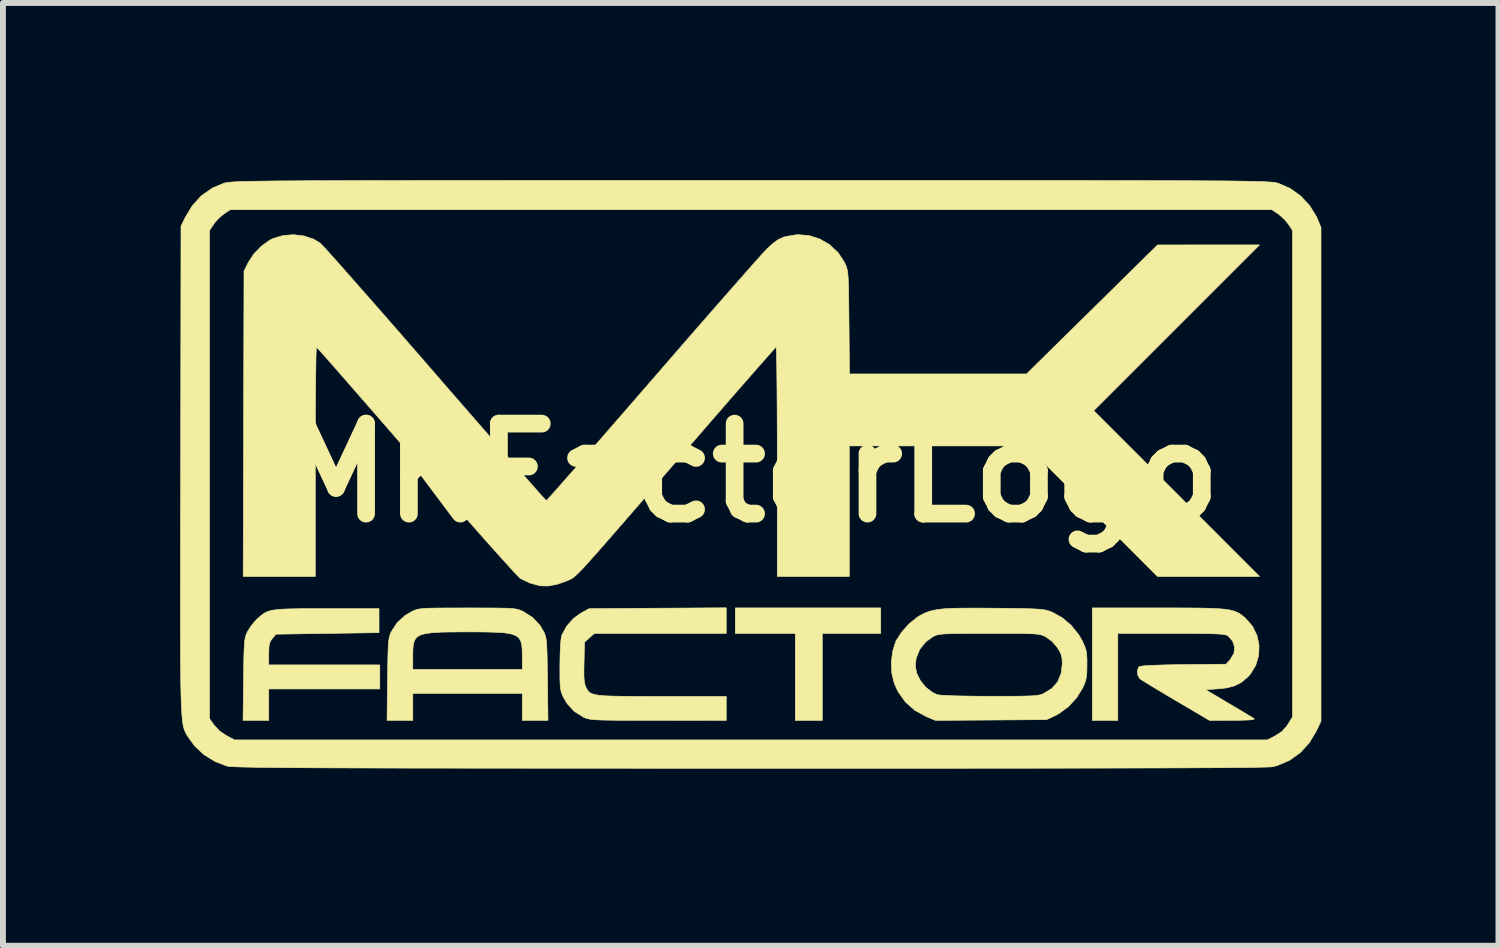
<source format=kicad_pcb>
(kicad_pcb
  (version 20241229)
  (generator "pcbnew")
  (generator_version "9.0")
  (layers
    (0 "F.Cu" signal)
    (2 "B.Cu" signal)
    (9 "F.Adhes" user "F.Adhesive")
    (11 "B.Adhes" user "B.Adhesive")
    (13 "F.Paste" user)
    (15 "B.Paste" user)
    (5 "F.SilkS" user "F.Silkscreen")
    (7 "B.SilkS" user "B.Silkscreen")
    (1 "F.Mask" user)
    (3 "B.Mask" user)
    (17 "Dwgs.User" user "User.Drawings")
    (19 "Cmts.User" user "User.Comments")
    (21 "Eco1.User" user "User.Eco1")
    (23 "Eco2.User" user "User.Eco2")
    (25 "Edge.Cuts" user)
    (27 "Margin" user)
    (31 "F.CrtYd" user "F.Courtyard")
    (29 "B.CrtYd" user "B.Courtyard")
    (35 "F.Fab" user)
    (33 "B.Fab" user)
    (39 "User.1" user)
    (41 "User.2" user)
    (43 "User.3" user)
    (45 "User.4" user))
  (footprint "MKFactorLogo"
    (layer "F.Cu")
    (at 9.68 4.958)
    (property "Reference" "MKFactorLogo" (at 0 0 0) (layer "F.SilkS") (effects (font (size 1.524 1.524) (thickness 0.3))))
    (attr through_hole)
    (fp_poly (pts (xy 2.184 2.718) (xy 1.194 2.718) (xy 1.194 4.191) (xy 0.737 4.191) (xy 0.737 2.718) (xy -0.279 2.718) (xy -0.279 2.286) (xy 2.184 2.286) (xy 2.184 2.718)) (stroke (width 0.01) (type solid)) (fill yes) (layer "F.SilkS"))
    (fp_poly (pts (xy -6.312 2.705) (xy -7.184 2.718) (xy -8.056 2.731) (xy -8.118 2.802) (xy -8.15 2.847) (xy -8.169 2.897) (xy -8.177 2.969) (xy -8.179 3.062) (xy -8.179 3.251) (xy -6.299 3.251) (xy -6.299 3.658) (xy -8.179 3.658) (xy -8.179 4.191) (xy -8.614 4.191) (xy -8.606 3.499) (xy -8.603 3.293) (xy -8.601 3.13) (xy -8.597 3.006) (xy -8.592 2.912) (xy -8.586 2.842) (xy -8.577 2.79) (xy -8.566 2.749) (xy -8.55 2.712) (xy -8.538 2.687) (xy -8.481 2.595) (xy -8.407 2.505) (xy -8.377 2.475) (xy -8.327 2.43) (xy -8.282 2.394) (xy -8.236 2.365) (xy -8.183 2.342) (xy -8.119 2.326) (xy -8.037 2.314) (xy -7.931 2.306) (xy -7.797 2.302) (xy -7.628 2.299) (xy -7.418 2.299) (xy -7.201 2.299) (xy -6.312 2.299) (xy -6.312 2.705)) (stroke (width 0.01) (type solid)) (fill yes) (layer "F.SilkS"))
    (fp_poly (pts (xy -0.432 2.718) (xy -2.666 2.718) (xy -2.749 2.792) (xy -2.832 2.866) (xy -2.84 3.208) (xy -2.843 3.358) (xy -2.841 3.465) (xy -2.834 3.542) (xy -2.822 3.596) (xy -2.808 3.629) (xy -2.789 3.665) (xy -2.769 3.695) (xy -2.743 3.72) (xy -2.706 3.739) (xy -2.655 3.754) (xy -2.585 3.766) (xy -2.491 3.774) (xy -2.368 3.779) (xy -2.213 3.782) (xy -2.02 3.784) (xy -1.785 3.785) (xy -1.525 3.785) (xy -0.432 3.785) (xy -0.432 4.191) (xy -1.581 4.19) (xy -1.853 4.19) (xy -2.08 4.19) (xy -2.265 4.189) (xy -2.414 4.187) (xy -2.531 4.185) (xy -2.621 4.181) (xy -2.69 4.176) (xy -2.741 4.17) (xy -2.781 4.162) (xy -2.812 4.152) (xy -2.841 4.14) (xy -2.845 4.138) (xy -3.004 4.039) (xy -3.129 3.903) (xy -3.191 3.797) (xy -3.213 3.747) (xy -3.229 3.698) (xy -3.24 3.641) (xy -3.246 3.567) (xy -3.249 3.466) (xy -3.249 3.328) (xy -3.249 3.251) (xy -3.246 3.08) (xy -3.24 2.936) (xy -3.231 2.827) (xy -3.22 2.759) (xy -3.218 2.751) (xy -3.136 2.598) (xy -3.018 2.464) (xy -2.894 2.375) (xy -2.756 2.299) (xy -1.594 2.291) (xy -0.432 2.284) (xy -0.432 2.718)) (stroke (width 0.01) (type solid)) (fill yes) (layer "F.SilkS"))
    (fp_poly (pts (xy 7.167 2.286) (xy 7.41 2.287) (xy 7.611 2.289) (xy 7.776 2.293) (xy 7.91 2.3) (xy 8.016 2.309) (xy 8.101 2.322) (xy 8.168 2.34) (xy 8.223 2.362) (xy 8.27 2.389) (xy 8.314 2.422) (xy 8.361 2.462) (xy 8.362 2.463) (xy 8.479 2.597) (xy 8.555 2.753) (xy 8.59 2.92) (xy 8.583 3.091) (xy 8.535 3.255) (xy 8.444 3.405) (xy 8.403 3.451) (xy 8.294 3.544) (xy 8.175 3.606) (xy 8.031 3.642) (xy 7.899 3.656) (xy 7.684 3.67) (xy 8.077 3.904) (xy 8.206 3.98) (xy 8.322 4.049) (xy 8.416 4.106) (xy 8.482 4.146) (xy 8.509 4.163) (xy 8.505 4.173) (xy 8.457 4.181) (xy 8.362 4.186) (xy 8.219 4.189) (xy 8.149 4.19) (xy 7.751 4.191) (xy 7.184 3.857) (xy 7.028 3.765) (xy 6.886 3.68) (xy 6.762 3.605) (xy 6.664 3.545) (xy 6.598 3.503) (xy 6.572 3.485) (xy 6.538 3.429) (xy 6.529 3.359) (xy 6.547 3.297) (xy 6.561 3.281) (xy 6.598 3.272) (xy 6.684 3.263) (xy 6.817 3.257) (xy 6.997 3.251) (xy 7.22 3.247) (xy 7.312 3.246) (xy 8.031 3.239) (xy 8.105 3.156) (xy 8.165 3.055) (xy 8.177 2.95) (xy 8.142 2.847) (xy 8.068 2.763) (xy 8.05 2.751) (xy 8.023 2.742) (xy 7.984 2.734) (xy 7.926 2.729) (xy 7.845 2.725) (xy 7.735 2.722) (xy 7.591 2.72) (xy 7.408 2.719) (xy 7.181 2.718) (xy 7.106 2.718) (xy 6.198 2.718) (xy 6.198 4.191) (xy 5.766 4.191) (xy 5.766 2.286) (xy 6.879 2.286) (xy 7.167 2.286)) (stroke (width 0.01) (type solid)) (fill yes) (layer "F.SilkS"))
    (fp_poly (pts (xy -4.588 2.287) (xy -4.408 2.287) (xy -4.267 2.289) (xy -4.159 2.291) (xy -4.077 2.295) (xy -4.016 2.301) (xy -3.969 2.31) (xy -3.931 2.321) (xy -3.896 2.335) (xy -3.873 2.346) (xy -3.712 2.448) (xy -3.585 2.584) (xy -3.521 2.692) (xy -3.505 2.73) (xy -3.492 2.769) (xy -3.482 2.818) (xy -3.475 2.882) (xy -3.47 2.968) (xy -3.466 3.084) (xy -3.463 3.234) (xy -3.46 3.427) (xy -3.459 3.499) (xy -3.451 4.191) (xy -3.886 4.191) (xy -3.886 3.734) (xy -5.74 3.734) (xy -5.74 4.191) (xy -6.176 4.191) (xy -6.168 3.499) (xy -6.165 3.291) (xy -6.162 3.128) (xy -6.161 3.104) (xy -5.74 3.104) (xy -5.74 3.327) (xy -3.886 3.327) (xy -3.886 3.104) (xy -3.888 2.997) (xy -3.895 2.91) (xy -3.914 2.842) (xy -3.948 2.789) (xy -4.003 2.751) (xy -4.083 2.724) (xy -4.194 2.707) (xy -4.34 2.698) (xy -4.527 2.693) (xy -4.758 2.692) (xy -4.813 2.692) (xy -5.055 2.693) (xy -5.25 2.696) (xy -5.404 2.705) (xy -5.522 2.72) (xy -5.609 2.744) (xy -5.669 2.78) (xy -5.707 2.829) (xy -5.729 2.894) (xy -5.738 2.977) (xy -5.74 3.08) (xy -5.74 3.104) (xy -6.161 3.104) (xy -6.158 3.002) (xy -6.154 2.907) (xy -6.147 2.836) (xy -6.138 2.784) (xy -6.126 2.742) (xy -6.111 2.705) (xy -6.106 2.692) (xy -6.004 2.536) (xy -5.865 2.41) (xy -5.753 2.346) (xy -5.717 2.329) (xy -5.681 2.316) (xy -5.641 2.306) (xy -5.59 2.299) (xy -5.521 2.293) (xy -5.43 2.29) (xy -5.309 2.288) (xy -5.154 2.287) (xy -4.957 2.287) (xy -4.813 2.286) (xy -4.588 2.287)) (stroke (width 0.01) (type solid)) (fill yes) (layer "F.SilkS"))
    (fp_poly (pts (xy 4.013 2.29) (xy 4.115 2.291) (xy 4.342 2.293) (xy 4.525 2.296) (xy 4.67 2.299) (xy 4.782 2.303) (xy 4.867 2.308) (xy 4.932 2.315) (xy 4.984 2.324) (xy 5.027 2.336) (xy 5.068 2.351) (xy 5.086 2.358) (xy 5.254 2.45) (xy 5.408 2.581) (xy 5.536 2.739) (xy 5.594 2.84) (xy 5.633 2.925) (xy 5.658 2.995) (xy 5.671 3.067) (xy 5.676 3.159) (xy 5.676 3.251) (xy 5.674 3.372) (xy 5.666 3.46) (xy 5.649 3.532) (xy 5.62 3.606) (xy 5.602 3.644) (xy 5.498 3.81) (xy 5.36 3.959) (xy 5.202 4.075) (xy 5.137 4.11) (xy 4.991 4.178) (xy 3.111 4.191) (xy 2.961 4.129) (xy 2.763 4.021) (xy 2.601 3.878) (xy 2.475 3.7) (xy 2.413 3.563) (xy 2.372 3.396) (xy 2.365 3.264) (xy 2.769 3.264) (xy 2.792 3.391) (xy 2.855 3.517) (xy 2.948 3.631) (xy 3.061 3.718) (xy 3.137 3.754) (xy 3.185 3.762) (xy 3.28 3.768) (xy 3.418 3.774) (xy 3.593 3.778) (xy 3.803 3.781) (xy 4.026 3.782) (xy 4.254 3.782) (xy 4.436 3.782) (xy 4.58 3.78) (xy 4.69 3.777) (xy 4.773 3.773) (xy 4.834 3.767) (xy 4.88 3.758) (xy 4.916 3.747) (xy 4.94 3.737) (xy 5.083 3.649) (xy 5.182 3.534) (xy 5.24 3.39) (xy 5.258 3.229) (xy 5.253 3.131) (xy 5.232 3.056) (xy 5.188 2.977) (xy 5.175 2.957) (xy 5.086 2.853) (xy 4.982 2.777) (xy 4.981 2.776) (xy 4.949 2.761) (xy 4.918 2.748) (xy 4.881 2.738) (xy 4.833 2.73) (xy 4.768 2.725) (xy 4.68 2.722) (xy 4.563 2.719) (xy 4.412 2.718) (xy 4.221 2.718) (xy 4.021 2.718) (xy 3.789 2.718) (xy 3.603 2.719) (xy 3.456 2.72) (xy 3.342 2.723) (xy 3.257 2.727) (xy 3.194 2.733) (xy 3.148 2.741) (xy 3.113 2.751) (xy 3.083 2.764) (xy 3.076 2.767) (xy 2.944 2.862) (xy 2.844 2.988) (xy 2.784 3.136) (xy 2.769 3.264) (xy 2.365 3.264) (xy 2.363 3.211) (xy 2.385 3.026) (xy 2.436 2.861) (xy 2.445 2.842) (xy 2.54 2.693) (xy 2.668 2.552) (xy 2.812 2.437) (xy 2.865 2.406) (xy 2.93 2.374) (xy 2.996 2.348) (xy 3.071 2.327) (xy 3.16 2.312) (xy 3.268 2.3) (xy 3.401 2.293) (xy 3.566 2.29) (xy 3.768 2.289) (xy 4.013 2.29)) (stroke (width 0.01) (type solid)) (fill yes) (layer "F.SilkS"))
    (fp_poly (pts (xy 0.78 -4.953) (xy 1.523 -4.953) (xy 2.219 -4.953) (xy 2.868 -4.953) (xy 3.474 -4.953) (xy 4.036 -4.953) (xy 4.558 -4.952) (xy 5.04 -4.952) (xy 5.484 -4.952) (xy 5.891 -4.951) (xy 6.264 -4.951) (xy 6.604 -4.95) (xy 6.912 -4.949) (xy 7.191 -4.949) (xy 7.441 -4.948) (xy 7.664 -4.946) (xy 7.862 -4.945) (xy 8.037 -4.944) (xy 8.19 -4.942) (xy 8.323 -4.94) (xy 8.437 -4.938) (xy 8.535 -4.936) (xy 8.616 -4.934) (xy 8.684 -4.931) (xy 8.74 -4.928) (xy 8.785 -4.925) (xy 8.821 -4.922) (xy 8.85 -4.919) (xy 8.873 -4.915) (xy 8.892 -4.911) (xy 8.908 -4.906) (xy 8.922 -4.902) (xy 9.117 -4.817) (xy 9.295 -4.689) (xy 9.445 -4.529) (xy 9.559 -4.345) (xy 9.583 -4.293) (xy 9.639 -4.153) (xy 9.639 4.204) (xy 9.558 4.374) (xy 9.439 4.572) (xy 9.286 4.738) (xy 9.105 4.867) (xy 8.902 4.954) (xy 8.819 4.976) (xy 8.789 4.978) (xy 8.727 4.981) (xy 8.632 4.983) (xy 8.503 4.986) (xy 8.338 4.988) (xy 8.138 4.99) (xy 7.9 4.992) (xy 7.625 4.993) (xy 7.311 4.995) (xy 6.957 4.996) (xy 6.563 4.997) (xy 6.127 4.998) (xy 5.649 4.999) (xy 5.128 5) (xy 4.562 5.001) (xy 3.951 5.001) (xy 3.294 5.002) (xy 2.591 5.002) (xy 1.839 5.002) (xy 1.039 5.002) (xy 0.189 5.002) (xy -0.033 5.002) (xy -0.837 5.002) (xy -1.591 5.002) (xy -2.298 5.001) (xy -2.958 5.001) (xy -3.574 5.001) (xy -4.147 5) (xy -4.678 5) (xy -5.168 4.999) (xy -5.621 4.999) (xy -6.036 4.998) (xy -6.415 4.997) (xy -6.76 4.996) (xy -7.073 4.995) (xy -7.355 4.994) (xy -7.607 4.992) (xy -7.831 4.991) (xy -8.029 4.989) (xy -8.202 4.987) (xy -8.351 4.986) (xy -8.479 4.983) (xy -8.586 4.981) (xy -8.674 4.979) (xy -8.745 4.976) (xy -8.8 4.974) (xy -8.84 4.971) (xy -8.868 4.967) (xy -8.884 4.965) (xy -9.088 4.887) (xy -9.274 4.772) (xy -9.43 4.628) (xy -9.534 4.486) (xy -9.553 4.456) (xy -9.57 4.429) (xy -9.585 4.402) (xy -9.598 4.374) (xy -9.611 4.343) (xy -9.622 4.304) (xy -9.631 4.258) (xy -9.64 4.2) (xy -9.647 4.129) (xy -9.653 4.042) (xy -9.659 3.936) (xy -9.663 3.811) (xy -9.667 3.662) (xy -9.67 3.489) (xy -9.672 3.287) (xy -9.673 3.056) (xy -9.674 2.792) (xy -9.675 2.494) (xy -9.675 2.159) (xy -9.674 1.784) (xy -9.674 1.367) (xy -9.673 0.906) (xy -9.672 0.399) (xy -9.671 -0.04) (xy -9.665 -4.106) (xy -9.182 -4.106) (xy -9.182 4.161) (xy -9.105 4.27) (xy -9.01 4.372) (xy -8.893 4.45) (xy -8.757 4.521) (xy 8.732 4.521) (xy 8.868 4.45) (xy 8.981 4.376) (xy 9.064 4.28) (xy 9.08 4.255) (xy 9.157 4.131) (xy 9.157 -4.106) (xy 9.087 -4.212) (xy 9.019 -4.294) (xy 8.936 -4.369) (xy 8.911 -4.388) (xy 8.805 -4.458) (xy -8.83 -4.458) (xy -8.936 -4.388) (xy -9.018 -4.32) (xy -9.094 -4.237) (xy -9.112 -4.212) (xy -9.182 -4.106) (xy -9.665 -4.106) (xy -9.665 -4.178) (xy -9.598 -4.318) (xy -9.473 -4.526) (xy -9.318 -4.695) (xy -9.135 -4.823) (xy -8.949 -4.902) (xy -8.933 -4.906) (xy -8.917 -4.911) (xy -8.898 -4.915) (xy -8.875 -4.919) (xy -8.846 -4.922) (xy -8.81 -4.925) (xy -8.765 -4.928) (xy -8.709 -4.931) (xy -8.642 -4.934) (xy -8.56 -4.936) (xy -8.463 -4.938) (xy -8.349 -4.94) (xy -8.216 -4.942) (xy -8.063 -4.944) (xy -7.888 -4.945) (xy -7.69 -4.946) (xy -7.466 -4.948) (xy -7.216 -4.949) (xy -6.938 -4.949) (xy -6.63 -4.95) (xy -6.29 -4.951) (xy -5.917 -4.951) (xy -5.51 -4.952) (xy -5.066 -4.952) (xy -4.584 -4.952) (xy -4.063 -4.953) (xy -3.5 -4.953) (xy -2.895 -4.953) (xy -2.245 -4.953) (xy -1.55 -4.953) (xy -0.807 -4.953) (xy -0.014 -4.953) (xy -0.013 -4.953) (xy 0.78 -4.953)) (stroke (width 0.01) (type solid)) (fill yes) (layer "F.SilkS"))
    (fp_poly (pts (xy 0.966 -4.02) (xy 1.151 -3.962) (xy 1.319 -3.864) (xy 1.461 -3.731) (xy 1.57 -3.565) (xy 1.58 -3.543) (xy 1.596 -3.508) (xy 1.608 -3.472) (xy 1.618 -3.431) (xy 1.626 -3.378) (xy 1.632 -3.308) (xy 1.636 -3.216) (xy 1.64 -3.094) (xy 1.642 -2.938) (xy 1.644 -2.742) (xy 1.646 -2.546) (xy 1.654 -1.676) (xy 3.153 -1.676) (xy 4.653 -1.676) (xy 6.871 -3.86) (xy 7.734 -3.861) (xy 8.598 -3.861) (xy 7.194 -2.457) (xy 5.791 -1.054) (xy 7.195 0.349) (xy 8.598 1.753) (xy 7.734 1.753) (xy 6.87 1.753) (xy 5.766 0.648) (xy 4.661 -0.457) (xy 3.156 -0.457) (xy 1.651 -0.457) (xy 1.651 1.753) (xy 0.432 1.753) (xy 0.432 -0.191) (xy 0.432 -0.5) (xy 0.431 -0.794) (xy 0.43 -1.068) (xy 0.428 -1.32) (xy 0.426 -1.545) (xy 0.424 -1.739) (xy 0.422 -1.899) (xy 0.419 -2.02) (xy 0.416 -2.099) (xy 0.413 -2.131) (xy 0.413 -2.132) (xy 0.394 -2.113) (xy 0.344 -2.058) (xy 0.266 -1.97) (xy 0.161 -1.852) (xy 0.034 -1.707) (xy -0.115 -1.537) (xy -0.283 -1.345) (xy -0.467 -1.133) (xy -0.664 -0.906) (xy -0.874 -0.664) (xy -1.067 -0.441) (xy -1.358 -0.104) (xy -1.618 0.196) (xy -1.848 0.463) (xy -2.051 0.697) (xy -2.228 0.901) (xy -2.382 1.078) (xy -2.514 1.229) (xy -2.626 1.357) (xy -2.721 1.463) (xy -2.8 1.551) (xy -2.864 1.621) (xy -2.917 1.676) (xy -2.96 1.718) (xy -2.995 1.749) (xy -3.023 1.772) (xy -3.047 1.789) (xy -3.069 1.801) (xy -3.091 1.81) (xy -3.114 1.82) (xy -3.134 1.829) (xy -3.297 1.887) (xy -3.455 1.915) (xy -3.581 1.912) (xy -3.759 1.864) (xy -3.917 1.787) (xy -3.947 1.76) (xy -4.008 1.696) (xy -4.097 1.599) (xy -4.213 1.471) (xy -4.354 1.315) (xy -4.516 1.133) (xy -4.698 0.927) (xy -4.897 0.7) (xy -5.112 0.455) (xy -5.34 0.195) (xy -5.578 -0.079) (xy -5.68 -0.196) (xy -5.913 -0.465) (xy -6.136 -0.722) (xy -6.349 -0.967) (xy -6.547 -1.194) (xy -6.73 -1.404) (xy -6.894 -1.592) (xy -7.037 -1.756) (xy -7.158 -1.893) (xy -7.254 -2.002) (xy -7.323 -2.079) (xy -7.362 -2.121) (xy -7.37 -2.129) (xy -7.373 -2.106) (xy -7.377 -2.036) (xy -7.38 -1.922) (xy -7.382 -1.77) (xy -7.385 -1.582) (xy -7.387 -1.362) (xy -7.389 -1.115) (xy -7.39 -0.844) (xy -7.391 -0.554) (xy -7.391 -0.247) (xy -7.391 -0.193) (xy -7.391 1.753) (xy -8.612 1.753) (xy -8.605 -0.832) (xy -8.598 -3.416) (xy -8.528 -3.56) (xy -8.432 -3.708) (xy -8.304 -3.84) (xy -8.16 -3.943) (xy -8.109 -3.968) (xy -7.941 -4.019) (xy -7.761 -4.034) (xy -7.583 -4.013) (xy -7.42 -3.959) (xy -7.306 -3.889) (xy -7.278 -3.861) (xy -7.218 -3.796) (xy -7.129 -3.698) (xy -7.014 -3.569) (xy -6.875 -3.412) (xy -6.714 -3.229) (xy -6.533 -3.023) (xy -6.334 -2.797) (xy -6.121 -2.553) (xy -5.894 -2.293) (xy -5.656 -2.02) (xy -5.41 -1.736) (xy -5.355 -1.673) (xy -5.109 -1.389) (xy -4.872 -1.117) (xy -4.647 -0.858) (xy -4.435 -0.615) (xy -4.239 -0.39) (xy -4.06 -0.185) (xy -3.901 -0.004) (xy -3.765 0.151) (xy -3.652 0.279) (xy -3.566 0.376) (xy -3.508 0.44) (xy -3.48 0.468) (xy -3.478 0.47) (xy -3.46 0.451) (xy -3.41 0.396) (xy -3.331 0.308) (xy -3.226 0.189) (xy -3.096 0.041) (xy -2.943 -0.132) (xy -2.771 -0.33) (xy -2.581 -0.548) (xy -2.375 -0.785) (xy -2.155 -1.038) (xy -1.924 -1.304) (xy -1.683 -1.582) (xy -1.678 -1.587) (xy -1.434 -1.869) (xy -1.197 -2.142) (xy -0.969 -2.404) (xy -0.752 -2.652) (xy -0.55 -2.884) (xy -0.364 -3.095) (xy -0.197 -3.285) (xy -0.052 -3.45) (xy 0.07 -3.587) (xy 0.166 -3.694) (xy 0.233 -3.767) (xy 0.267 -3.803) (xy 0.363 -3.89) (xy 0.443 -3.948) (xy 0.524 -3.986) (xy 0.575 -4.003) (xy 0.772 -4.035) (xy 0.966 -4.02)) (stroke (width 0.01) (type solid)) (fill yes) (layer "F.SilkS")))
  (gr_rect
    (start -3 -3)
    (end 22.324 12.965)
    (stroke (width 0.1) (type default))
    (fill no)
    (layer "Edge.Cuts")))
</source>
